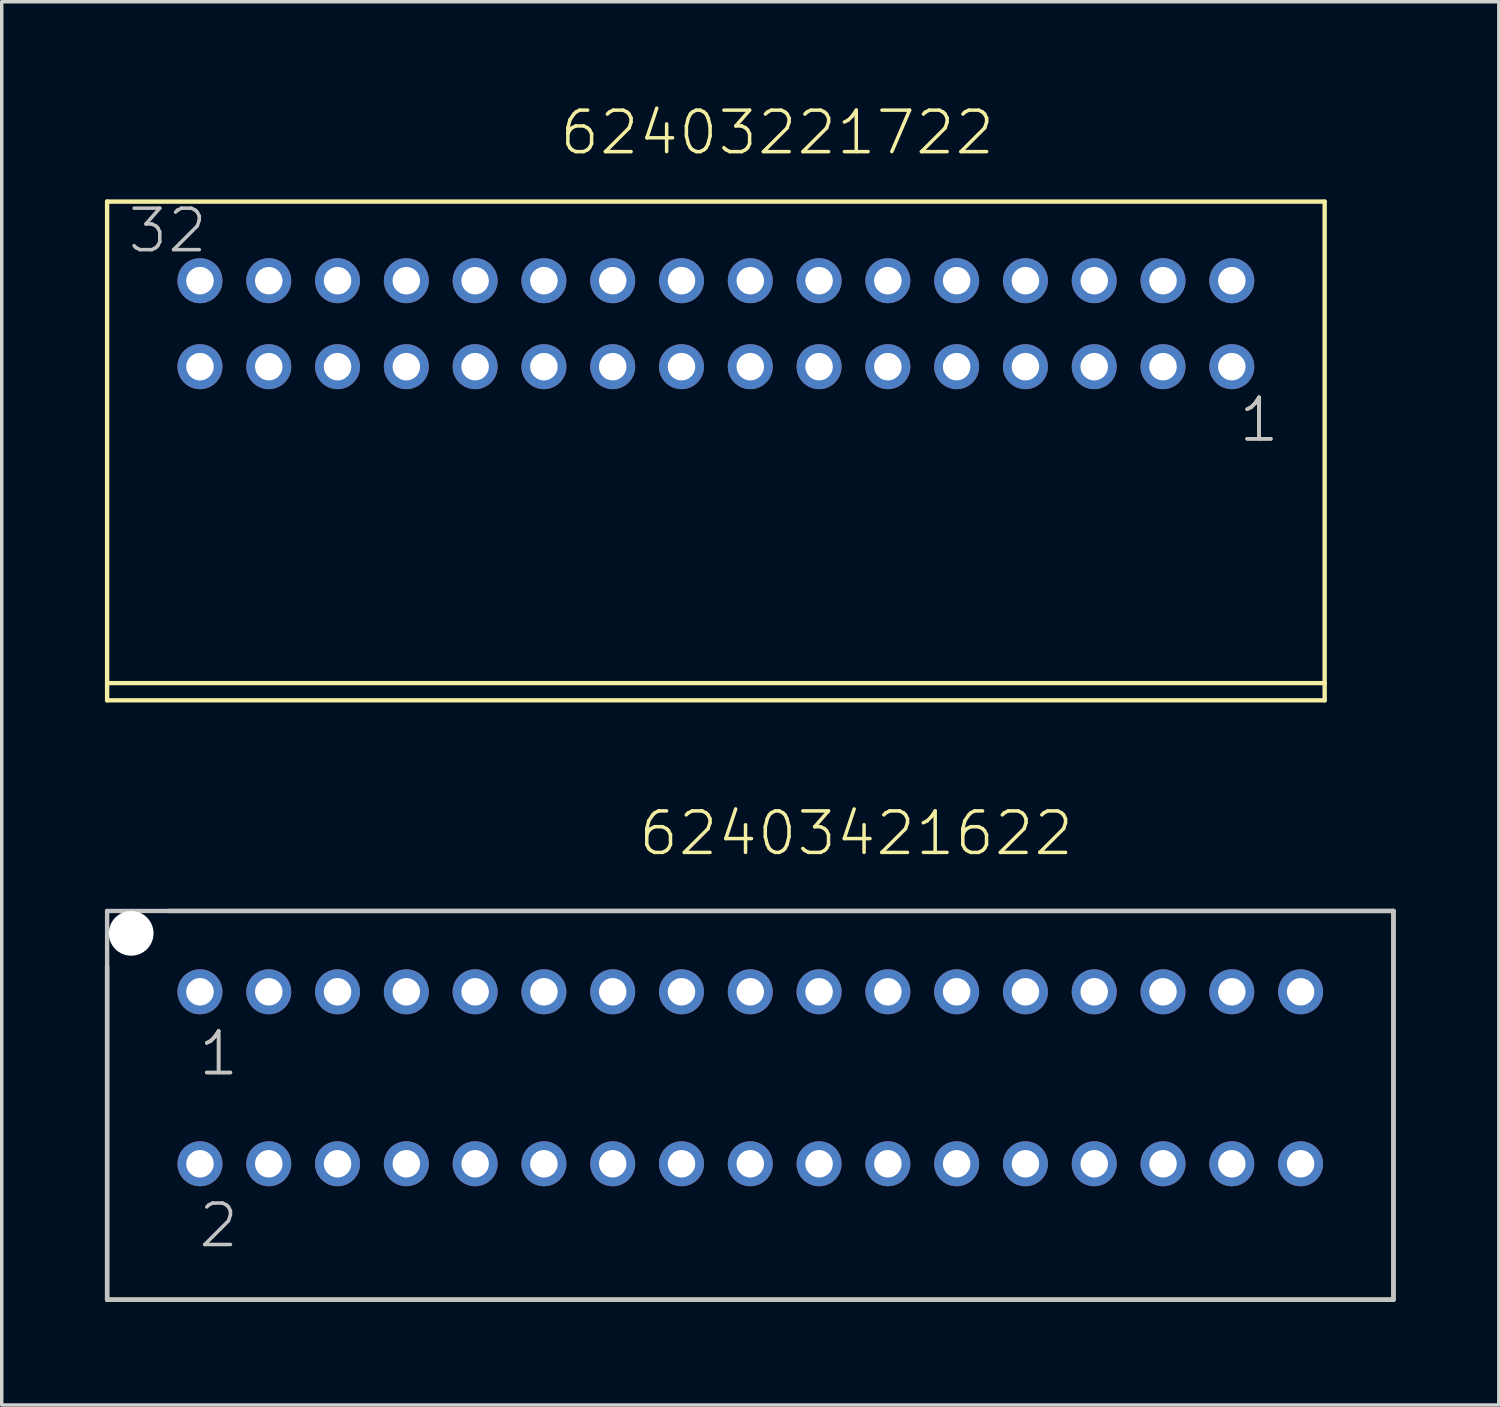
<source format=kicad_pcb>
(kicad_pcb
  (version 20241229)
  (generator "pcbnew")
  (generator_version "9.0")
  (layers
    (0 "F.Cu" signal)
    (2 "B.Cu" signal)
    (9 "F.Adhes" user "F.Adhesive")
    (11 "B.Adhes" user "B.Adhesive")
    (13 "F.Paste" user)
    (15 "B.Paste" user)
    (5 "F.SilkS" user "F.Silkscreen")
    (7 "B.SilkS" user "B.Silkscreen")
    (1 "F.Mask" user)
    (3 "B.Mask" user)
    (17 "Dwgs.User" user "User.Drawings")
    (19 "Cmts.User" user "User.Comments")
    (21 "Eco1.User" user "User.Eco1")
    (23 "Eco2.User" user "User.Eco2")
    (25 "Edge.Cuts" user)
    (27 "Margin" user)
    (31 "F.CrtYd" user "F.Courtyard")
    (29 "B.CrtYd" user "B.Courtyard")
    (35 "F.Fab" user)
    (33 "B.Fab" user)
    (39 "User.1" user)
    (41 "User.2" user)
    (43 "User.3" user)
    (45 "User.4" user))
  (footprint "62403421622"
    (layer "F.Cu")
    (at 18.764 28.286)
    (property "Reference" "62403421622" (at -3.306 -6.4 0) (layer "F.SilkS") (effects (font (size 1.206 1.206) (thickness 0.102)) (justify left bottom)))
    (attr through_hole)
    (fp_line (start -18.7 6.45) (end -18.7 -3.23) (stroke (width 0.127) (type solid)) (layer "F.SilkS"))
    (fp_line (start -16.92 -4.85) (end 18.7 -4.85) (stroke (width 0.127) (type solid)) (layer "F.SilkS"))
    (fp_line (start 18.7 -4.85) (end 18.7 6.45) (stroke (width 0.127) (type solid)) (layer "F.SilkS"))
    (fp_line (start 18.7 6.45) (end -18.7 6.45) (stroke (width 0.127) (type solid)) (layer "F.SilkS"))
    (fp_line (start -18.7 -4.85) (end 18.7 -4.85) (stroke (width 0.127) (type solid)) (layer "Dwgs.User"))
    (fp_line (start -18.7 6.45) (end -18.7 -4.85) (stroke (width 0.127) (type solid)) (layer "Dwgs.User"))
    (fp_line (start 18.7 -4.85) (end 18.7 6.45) (stroke (width 0.127) (type solid)) (layer "Dwgs.User"))
    (fp_line (start 18.7 6.45) (end -18.7 6.45) (stroke (width 0.127) (type solid)) (layer "Dwgs.User"))
    (fp_text user "1" (at -16.1 0 0) (layer "F.SilkS") (effects (font (size 1.206 1.206) (thickness 0.102)) (justify left bottom)))
    (fp_text user "1" (at -16.1 0 0) (layer "Dwgs.User") (effects (font (size 1.206 1.206) (thickness 0.102)) (justify left bottom)))
    (fp_text user "2" (at -16.1 5 0) (layer "Dwgs.User") (effects (font (size 1.206 1.206) (thickness 0.102)) (justify left bottom)))
    (pad "" np_thru_hole circle (at -18 -4.2) (size 1.3 1.3) (drill 1.3) (layers "*.Cu"))
    (pad "1" thru_hole circle (at -16 -2.5) (size 1.308 1.308) (drill 0.8) (layers "*.Cu" "*.Mask"))
    (pad "2" thru_hole circle (at -16 2.5) (size 1.308 1.308) (drill 0.8) (layers "*.Cu" "*.Mask"))
    (pad "3" thru_hole circle (at -14 -2.5) (size 1.308 1.308) (drill 0.8) (layers "*.Cu" "*.Mask"))
    (pad "4" thru_hole circle (at -14 2.5) (size 1.308 1.308) (drill 0.8) (layers "*.Cu" "*.Mask"))
    (pad "5" thru_hole circle (at -12 -2.5) (size 1.308 1.308) (drill 0.8) (layers "*.Cu" "*.Mask"))
    (pad "6" thru_hole circle (at -12 2.5) (size 1.308 1.308) (drill 0.8) (layers "*.Cu" "*.Mask"))
    (pad "7" thru_hole circle (at -10 -2.5) (size 1.308 1.308) (drill 0.8) (layers "*.Cu" "*.Mask"))
    (pad "8" thru_hole circle (at -10 2.5) (size 1.308 1.308) (drill 0.8) (layers "*.Cu" "*.Mask"))
    (pad "9" thru_hole circle (at -8 -2.5) (size 1.308 1.308) (drill 0.8) (layers "*.Cu" "*.Mask"))
    (pad "10" thru_hole circle (at -8 2.5) (size 1.308 1.308) (drill 0.8) (layers "*.Cu" "*.Mask"))
    (pad "11" thru_hole circle (at -6 -2.5) (size 1.308 1.308) (drill 0.8) (layers "*.Cu" "*.Mask"))
    (pad "12" thru_hole circle (at -6 2.5) (size 1.308 1.308) (drill 0.8) (layers "*.Cu" "*.Mask"))
    (pad "13" thru_hole circle (at -4 -2.5) (size 1.308 1.308) (drill 0.8) (layers "*.Cu" "*.Mask"))
    (pad "14" thru_hole circle (at -4 2.5) (size 1.308 1.308) (drill 0.8) (layers "*.Cu" "*.Mask"))
    (pad "15" thru_hole circle (at -2 -2.5) (size 1.308 1.308) (drill 0.8) (layers "*.Cu" "*.Mask"))
    (pad "16" thru_hole circle (at -2 2.5) (size 1.308 1.308) (drill 0.8) (layers "*.Cu" "*.Mask"))
    (pad "17" thru_hole circle (at 0 -2.5) (size 1.308 1.308) (drill 0.8) (layers "*.Cu" "*.Mask"))
    (pad "18" thru_hole circle (at 0 2.5) (size 1.308 1.308) (drill 0.8) (layers "*.Cu" "*.Mask"))
    (pad "19" thru_hole circle (at 2 -2.5) (size 1.308 1.308) (drill 0.8) (layers "*.Cu" "*.Mask"))
    (pad "20" thru_hole circle (at 2 2.5) (size 1.308 1.308) (drill 0.8) (layers "*.Cu" "*.Mask"))
    (pad "21" thru_hole circle (at 4 -2.5) (size 1.308 1.308) (drill 0.8) (layers "*.Cu" "*.Mask"))
    (pad "22" thru_hole circle (at 4 2.5) (size 1.308 1.308) (drill 0.8) (layers "*.Cu" "*.Mask"))
    (pad "23" thru_hole circle (at 6 -2.5) (size 1.308 1.308) (drill 0.8) (layers "*.Cu" "*.Mask"))
    (pad "24" thru_hole circle (at 6 2.5) (size 1.308 1.308) (drill 0.8) (layers "*.Cu" "*.Mask"))
    (pad "25" thru_hole circle (at 8 -2.5) (size 1.308 1.308) (drill 0.8) (layers "*.Cu" "*.Mask"))
    (pad "26" thru_hole circle (at 8 2.5) (size 1.308 1.308) (drill 0.8) (layers "*.Cu" "*.Mask"))
    (pad "27" thru_hole circle (at 10 -2.5) (size 1.308 1.308) (drill 0.8) (layers "*.Cu" "*.Mask"))
    (pad "28" thru_hole circle (at 10 2.5) (size 1.308 1.308) (drill 0.8) (layers "*.Cu" "*.Mask"))
    (pad "29" thru_hole circle (at 12 -2.5) (size 1.308 1.308) (drill 0.8) (layers "*.Cu" "*.Mask"))
    (pad "30" thru_hole circle (at 12 2.5) (size 1.308 1.308) (drill 0.8) (layers "*.Cu" "*.Mask"))
    (pad "31" thru_hole circle (at 14 -2.5) (size 1.308 1.308) (drill 0.8) (layers "*.Cu" "*.Mask"))
    (pad "32" thru_hole circle (at 14 2.5) (size 1.308 1.308) (drill 0.8) (layers "*.Cu" "*.Mask"))
    (pad "33" thru_hole circle (at 16 -2.5) (size 1.308 1.308) (drill 0.8) (layers "*.Cu" "*.Mask"))
    (pad "34" thru_hole circle (at 16 2.5) (size 1.308 1.308) (drill 0.8) (layers "*.Cu" "*.Mask")))
  (footprint "62403221722"
    (layer "F.Cu")
    (at 17.764 6.361)
    (property "Reference" "62403221722" (at -4.6 -4.85 0) (layer "F.SilkS") (effects (font (size 1.206 1.206) (thickness 0.102)) (justify left bottom)))
    (attr through_hole)
    (fp_line (start -17.7 -3.55) (end -17.7 10.45) (stroke (width 0.127) (type solid)) (layer "F.SilkS"))
    (fp_line (start -17.7 10.45) (end -17.7 10.95) (stroke (width 0.127) (type solid)) (layer "F.SilkS"))
    (fp_line (start -17.7 10.45) (end 17.7 10.45) (stroke (width 0.127) (type solid)) (layer "F.SilkS"))
    (fp_line (start -17.7 10.95) (end 17.7 10.95) (stroke (width 0.127) (type solid)) (layer "F.SilkS"))
    (fp_line (start 17.7 -3.55) (end -17.7 -3.55) (stroke (width 0.127) (type solid)) (layer "F.SilkS"))
    (fp_line (start 17.7 10.45) (end 17.7 -3.55) (stroke (width 0.127) (type solid)) (layer "F.SilkS"))
    (fp_line (start 17.7 10.95) (end 17.7 10.45) (stroke (width 0.127) (type solid)) (layer "F.SilkS"))
    (fp_text user "1" (at 15.15 3.5 0) (layer "F.SilkS") (effects (font (size 1.206 1.206) (thickness 0.102)) (justify left bottom)))
    (fp_text user "1" (at 15.15 3.5 0) (layer "Dwgs.User") (effects (font (size 1.206 1.206) (thickness 0.102)) (justify left bottom)))
    (fp_text user "32" (at -17.155 -2 0) (layer "Dwgs.User") (effects (font (size 1.206 1.206) (thickness 0.102)) (justify left bottom)))
    (pad "1" thru_hole circle (at 15 1.25 180) (size 1.308 1.308) (drill 0.8) (layers "*.Cu" "*.Mask"))
    (pad "2" thru_hole circle (at 15 -1.25 180) (size 1.308 1.308) (drill 0.8) (layers "*.Cu" "*.Mask"))
    (pad "3" thru_hole circle (at 13 1.25 180) (size 1.308 1.308) (drill 0.8) (layers "*.Cu" "*.Mask"))
    (pad "4" thru_hole circle (at 13 -1.25 180) (size 1.308 1.308) (drill 0.8) (layers "*.Cu" "*.Mask"))
    (pad "5" thru_hole circle (at 11 1.25 180) (size 1.308 1.308) (drill 0.8) (layers "*.Cu" "*.Mask"))
    (pad "6" thru_hole circle (at 11 -1.25 180) (size 1.308 1.308) (drill 0.8) (layers "*.Cu" "*.Mask"))
    (pad "7" thru_hole circle (at 9 1.25 180) (size 1.308 1.308) (drill 0.8) (layers "*.Cu" "*.Mask"))
    (pad "8" thru_hole circle (at 9 -1.25 180) (size 1.308 1.308) (drill 0.8) (layers "*.Cu" "*.Mask"))
    (pad "9" thru_hole circle (at 7 1.25 180) (size 1.308 1.308) (drill 0.8) (layers "*.Cu" "*.Mask"))
    (pad "10" thru_hole circle (at 7 -1.25 180) (size 1.308 1.308) (drill 0.8) (layers "*.Cu" "*.Mask"))
    (pad "11" thru_hole circle (at 5 1.25 180) (size 1.308 1.308) (drill 0.8) (layers "*.Cu" "*.Mask"))
    (pad "12" thru_hole circle (at 5 -1.25 180) (size 1.308 1.308) (drill 0.8) (layers "*.Cu" "*.Mask"))
    (pad "13" thru_hole circle (at 3 1.25 180) (size 1.308 1.308) (drill 0.8) (layers "*.Cu" "*.Mask"))
    (pad "14" thru_hole circle (at 3 -1.25 180) (size 1.308 1.308) (drill 0.8) (layers "*.Cu" "*.Mask"))
    (pad "15" thru_hole circle (at 1 1.25 180) (size 1.308 1.308) (drill 0.8) (layers "*.Cu" "*.Mask"))
    (pad "16" thru_hole circle (at 1 -1.25 180) (size 1.308 1.308) (drill 0.8) (layers "*.Cu" "*.Mask"))
    (pad "17" thru_hole circle (at -1 1.25 180) (size 1.308 1.308) (drill 0.8) (layers "*.Cu" "*.Mask"))
    (pad "18" thru_hole circle (at -1 -1.25 180) (size 1.308 1.308) (drill 0.8) (layers "*.Cu" "*.Mask"))
    (pad "19" thru_hole circle (at -3 1.25 180) (size 1.308 1.308) (drill 0.8) (layers "*.Cu" "*.Mask"))
    (pad "20" thru_hole circle (at -3 -1.25 180) (size 1.308 1.308) (drill 0.8) (layers "*.Cu" "*.Mask"))
    (pad "21" thru_hole circle (at -5 1.25 180) (size 1.308 1.308) (drill 0.8) (layers "*.Cu" "*.Mask"))
    (pad "22" thru_hole circle (at -5 -1.25 180) (size 1.308 1.308) (drill 0.8) (layers "*.Cu" "*.Mask"))
    (pad "23" thru_hole circle (at -7 1.25 180) (size 1.308 1.308) (drill 0.8) (layers "*.Cu" "*.Mask"))
    (pad "24" thru_hole circle (at -7 -1.25 180) (size 1.308 1.308) (drill 0.8) (layers "*.Cu" "*.Mask"))
    (pad "25" thru_hole circle (at -9 1.25 180) (size 1.308 1.308) (drill 0.8) (layers "*.Cu" "*.Mask"))
    (pad "26" thru_hole circle (at -9 -1.25 180) (size 1.308 1.308) (drill 0.8) (layers "*.Cu" "*.Mask"))
    (pad "27" thru_hole circle (at -11 1.25 180) (size 1.308 1.308) (drill 0.8) (layers "*.Cu" "*.Mask"))
    (pad "28" thru_hole circle (at -11 -1.25 180) (size 1.308 1.308) (drill 0.8) (layers "*.Cu" "*.Mask"))
    (pad "29" thru_hole circle (at -13 1.25 180) (size 1.308 1.308) (drill 0.8) (layers "*.Cu" "*.Mask"))
    (pad "30" thru_hole circle (at -13 -1.25 180) (size 1.308 1.308) (drill 0.8) (layers "*.Cu" "*.Mask"))
    (pad "31" thru_hole circle (at -15 1.25 180) (size 1.308 1.308) (drill 0.8) (layers "*.Cu" "*.Mask"))
    (pad "32" thru_hole circle (at -15 -1.25 180) (size 1.308 1.308) (drill 0.8) (layers "*.Cu" "*.Mask")))
  (gr_rect
    (start -3 -3)
    (end 40.527 37.8)
    (stroke (width 0.1) (type default))
    (fill no)
    (layer "Edge.Cuts")))
</source>
